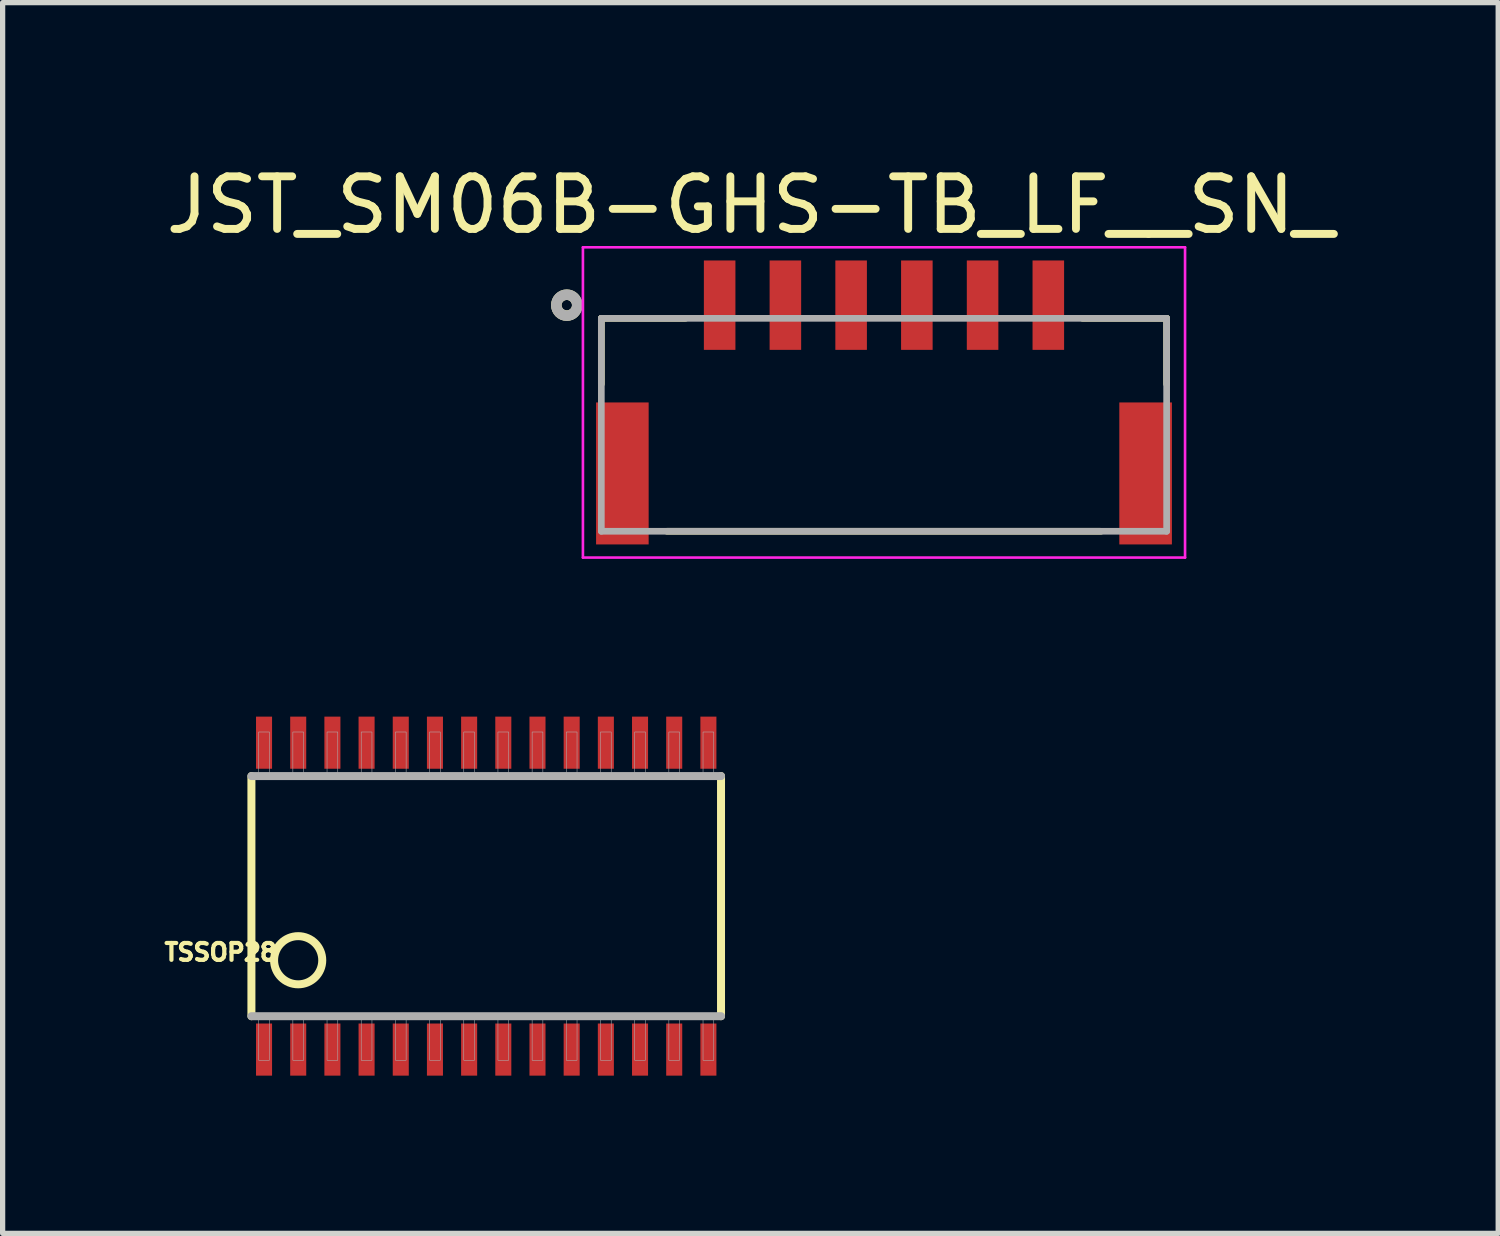
<source format=kicad_pcb>
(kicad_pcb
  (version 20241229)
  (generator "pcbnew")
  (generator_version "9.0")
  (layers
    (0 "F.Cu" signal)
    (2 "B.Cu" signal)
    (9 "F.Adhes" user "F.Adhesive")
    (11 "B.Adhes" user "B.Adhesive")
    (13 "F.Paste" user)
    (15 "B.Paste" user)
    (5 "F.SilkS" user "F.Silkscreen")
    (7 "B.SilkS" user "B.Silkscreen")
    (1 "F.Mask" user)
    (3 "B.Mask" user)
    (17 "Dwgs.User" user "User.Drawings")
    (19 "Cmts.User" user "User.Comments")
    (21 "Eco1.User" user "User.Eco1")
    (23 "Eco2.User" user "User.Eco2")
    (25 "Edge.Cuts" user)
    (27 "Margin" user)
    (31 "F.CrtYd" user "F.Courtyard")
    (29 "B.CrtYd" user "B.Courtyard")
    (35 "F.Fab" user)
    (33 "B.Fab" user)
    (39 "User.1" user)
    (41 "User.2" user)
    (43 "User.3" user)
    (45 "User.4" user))
  (footprint "JST_SM06B-GHS-TB_LF__SN_"
    (layer "F.Cu")
    (at 13.76 4.628)
    (property "Reference" "JST_SM06B-GHS-TB_LF__SN_" (at -2.54 -3.78 0) (layer "F.SilkS") (effects (font (size 1 1) (thickness 0.15))))
    (attr smd)
    (fp_line (start -5.375 -1.625) (end -5.375 -0.375) (stroke (width 0.127) (type solid)) (layer "F.SilkS"))
    (fp_line (start -5.375 -1.625) (end -3.775 -1.625) (stroke (width 0.127) (type solid)) (layer "F.SilkS"))
    (fp_line (start -4.125 2.425) (end 4.125 2.425) (stroke (width 0.127) (type solid)) (layer "F.SilkS"))
    (fp_line (start 5.375 -1.625) (end 3.775 -1.625) (stroke (width 0.127) (type solid)) (layer "F.SilkS"))
    (fp_line (start 5.375 -1.625) (end 5.375 -0.375) (stroke (width 0.127) (type solid)) (layer "F.SilkS"))
    (fp_circle (center -6.032 -1.875) (end -5.933 -1.875) (stroke (width 0.2) (type solid)) (fill no) (layer "F.SilkS"))
    (fp_line (start -5.725 -2.975) (end -5.725 2.925) (stroke (width 0.05) (type solid)) (layer "F.CrtYd"))
    (fp_line (start -5.725 2.925) (end 5.725 2.925) (stroke (width 0.05) (type solid)) (layer "F.CrtYd"))
    (fp_line (start 5.725 -2.975) (end -5.725 -2.975) (stroke (width 0.05) (type solid)) (layer "F.CrtYd"))
    (fp_line (start 5.725 2.925) (end 5.725 -2.975) (stroke (width 0.05) (type solid)) (layer "F.CrtYd"))
    (fp_line (start -5.375 -1.625) (end -5.375 2.425) (stroke (width 0.127) (type solid)) (layer "F.Fab"))
    (fp_line (start -5.375 2.425) (end 5.375 2.425) (stroke (width 0.127) (type solid)) (layer "F.Fab"))
    (fp_line (start 5.375 -1.625) (end -5.375 -1.625) (stroke (width 0.127) (type solid)) (layer "F.Fab"))
    (fp_line (start 5.375 2.425) (end 5.375 -1.625) (stroke (width 0.127) (type solid)) (layer "F.Fab"))
    (fp_circle (center -6.032 -1.875) (end -5.933 -1.875) (stroke (width 0.2) (type solid)) (fill no) (layer "F.Fab"))
    (pad "1" smd rect (at -3.125 -1.875) (size 0.6 1.7) (layers "F.Cu" "F.Mask" "F.Paste"))
    (pad "2" smd rect (at -1.875 -1.875) (size 0.6 1.7) (layers "F.Cu" "F.Mask" "F.Paste"))
    (pad "3" smd rect (at -0.625 -1.875) (size 0.6 1.7) (layers "F.Cu" "F.Mask" "F.Paste"))
    (pad "4" smd rect (at 0.625 -1.875) (size 0.6 1.7) (layers "F.Cu" "F.Mask" "F.Paste"))
    (pad "5" smd rect (at 1.875 -1.875) (size 0.6 1.7) (layers "F.Cu" "F.Mask" "F.Paste"))
    (pad "6" smd rect (at 3.125 -1.875) (size 0.6 1.7) (layers "F.Cu" "F.Mask" "F.Paste"))
    (pad "S1" smd rect (at -4.975 1.325) (size 1 2.7) (layers "F.Cu" "F.Mask" "F.Paste"))
    (pad "S2" smd rect (at 4.975 1.325) (size 1 2.7) (layers "F.Cu" "F.Mask" "F.Paste")))
  (footprint "TSSOP28"
    (layer "F.Cu")
    (at 6.196 13.991)
    (property "Reference" "TSSOP28" (at -5.049 1.067 180) (layer "F.SilkS") (effects (font (size 0.32 0.32) (thickness 0.15))))
    (attr smd)
    (fp_line (start -4.465 2.283) (end -4.465 -2.283) (stroke (width 0.152) (type solid)) (layer "F.SilkS"))
    (fp_line (start 4.465 -2.283) (end 4.465 2.283) (stroke (width 0.152) (type solid)) (layer "F.SilkS"))
    (fp_circle (center -3.576 1.219) (end -3.118 1.219) (stroke (width 0.152) (type solid)) (fill no) (layer "F.SilkS"))
    (fp_line (start -4.465 2.283) (end 4.465 2.283) (stroke (width 0.152) (type solid)) (layer "F.Fab"))
    (fp_line (start 4.465 -2.283) (end -4.465 -2.283) (stroke (width 0.152) (type solid)) (layer "F.Fab"))
    (fp_poly (pts (xy -4.327 -3.121) (xy -4.123 -3.121) (xy -4.123 -2.283) (xy -4.327 -2.283)) (stroke (width 0.01) (type solid)) (fill no) (layer "F.Fab"))
    (fp_poly (pts (xy -4.327 2.283) (xy -4.123 2.283) (xy -4.123 3.121) (xy -4.327 3.121)) (stroke (width 0.01) (type solid)) (fill no) (layer "F.Fab"))
    (fp_poly (pts (xy -3.677 -3.121) (xy -3.473 -3.121) (xy -3.473 -2.283) (xy -3.677 -2.283)) (stroke (width 0.01) (type solid)) (fill no) (layer "F.Fab"))
    (fp_poly (pts (xy -3.677 2.283) (xy -3.473 2.283) (xy -3.473 3.121) (xy -3.677 3.121)) (stroke (width 0.01) (type solid)) (fill no) (layer "F.Fab"))
    (fp_poly (pts (xy -3.027 -3.121) (xy -2.823 -3.121) (xy -2.823 -2.283) (xy -3.027 -2.283)) (stroke (width 0.01) (type solid)) (fill no) (layer "F.Fab"))
    (fp_poly (pts (xy -3.027 2.283) (xy -2.823 2.283) (xy -2.823 3.121) (xy -3.027 3.121)) (stroke (width 0.01) (type solid)) (fill no) (layer "F.Fab"))
    (fp_poly (pts (xy -2.377 -3.121) (xy -2.173 -3.121) (xy -2.173 -2.283) (xy -2.377 -2.283)) (stroke (width 0.01) (type solid)) (fill no) (layer "F.Fab"))
    (fp_poly (pts (xy -2.377 2.283) (xy -2.173 2.283) (xy -2.173 3.121) (xy -2.377 3.121)) (stroke (width 0.01) (type solid)) (fill no) (layer "F.Fab"))
    (fp_poly (pts (xy -1.727 -3.121) (xy -1.523 -3.121) (xy -1.523 -2.283) (xy -1.727 -2.283)) (stroke (width 0.01) (type solid)) (fill no) (layer "F.Fab"))
    (fp_poly (pts (xy -1.727 2.283) (xy -1.523 2.283) (xy -1.523 3.121) (xy -1.727 3.121)) (stroke (width 0.01) (type solid)) (fill no) (layer "F.Fab"))
    (fp_poly (pts (xy -1.077 -3.121) (xy -0.873 -3.121) (xy -0.873 -2.283) (xy -1.077 -2.283)) (stroke (width 0.01) (type solid)) (fill no) (layer "F.Fab"))
    (fp_poly (pts (xy -1.077 2.283) (xy -0.873 2.283) (xy -0.873 3.121) (xy -1.077 3.121)) (stroke (width 0.01) (type solid)) (fill no) (layer "F.Fab"))
    (fp_poly (pts (xy -0.427 -3.121) (xy -0.223 -3.121) (xy -0.223 -2.283) (xy -0.427 -2.283)) (stroke (width 0.01) (type solid)) (fill no) (layer "F.Fab"))
    (fp_poly (pts (xy -0.427 2.283) (xy -0.223 2.283) (xy -0.223 3.121) (xy -0.427 3.121)) (stroke (width 0.01) (type solid)) (fill no) (layer "F.Fab"))
    (fp_poly (pts (xy 0.223 -3.121) (xy 0.427 -3.121) (xy 0.427 -2.283) (xy 0.223 -2.283)) (stroke (width 0.01) (type solid)) (fill no) (layer "F.Fab"))
    (fp_poly (pts (xy 0.223 2.283) (xy 0.427 2.283) (xy 0.427 3.121) (xy 0.223 3.121)) (stroke (width 0.01) (type solid)) (fill no) (layer "F.Fab"))
    (fp_poly (pts (xy 0.873 -3.121) (xy 1.077 -3.121) (xy 1.077 -2.283) (xy 0.873 -2.283)) (stroke (width 0.01) (type solid)) (fill no) (layer "F.Fab"))
    (fp_poly (pts (xy 0.873 2.283) (xy 1.077 2.283) (xy 1.077 3.121) (xy 0.873 3.121)) (stroke (width 0.01) (type solid)) (fill no) (layer "F.Fab"))
    (fp_poly (pts (xy 1.523 -3.121) (xy 1.727 -3.121) (xy 1.727 -2.283) (xy 1.523 -2.283)) (stroke (width 0.01) (type solid)) (fill no) (layer "F.Fab"))
    (fp_poly (pts (xy 1.523 2.283) (xy 1.727 2.283) (xy 1.727 3.121) (xy 1.523 3.121)) (stroke (width 0.01) (type solid)) (fill no) (layer "F.Fab"))
    (fp_poly (pts (xy 2.173 -3.121) (xy 2.377 -3.121) (xy 2.377 -2.283) (xy 2.173 -2.283)) (stroke (width 0.01) (type solid)) (fill no) (layer "F.Fab"))
    (fp_poly (pts (xy 2.173 2.283) (xy 2.377 2.283) (xy 2.377 3.121) (xy 2.173 3.121)) (stroke (width 0.01) (type solid)) (fill no) (layer "F.Fab"))
    (fp_poly (pts (xy 2.823 -3.121) (xy 3.027 -3.121) (xy 3.027 -2.283) (xy 2.823 -2.283)) (stroke (width 0.01) (type solid)) (fill no) (layer "F.Fab"))
    (fp_poly (pts (xy 2.823 2.283) (xy 3.027 2.283) (xy 3.027 3.121) (xy 2.823 3.121)) (stroke (width 0.01) (type solid)) (fill no) (layer "F.Fab"))
    (fp_poly (pts (xy 3.473 -3.121) (xy 3.677 -3.121) (xy 3.677 -2.283) (xy 3.473 -2.283)) (stroke (width 0.01) (type solid)) (fill no) (layer "F.Fab"))
    (fp_poly (pts (xy 3.473 2.283) (xy 3.677 2.283) (xy 3.677 3.121) (xy 3.473 3.121)) (stroke (width 0.01) (type solid)) (fill no) (layer "F.Fab"))
    (fp_poly (pts (xy 4.123 -3.121) (xy 4.327 -3.121) (xy 4.327 -2.283) (xy 4.123 -2.283)) (stroke (width 0.01) (type solid)) (fill no) (layer "F.Fab"))
    (fp_poly (pts (xy 4.123 2.283) (xy 4.327 2.283) (xy 4.327 3.121) (xy 4.123 3.121)) (stroke (width 0.01) (type solid)) (fill no) (layer "F.Fab"))
    (pad "1" smd rect (at -4.225 2.918) (size 0.305 0.991) (layers "F.Cu" "F.Mask" "F.Paste"))
    (pad "2" smd rect (at -3.575 2.918) (size 0.305 0.991) (layers "F.Cu" "F.Mask" "F.Paste"))
    (pad "3" smd rect (at -2.925 2.918) (size 0.305 0.991) (layers "F.Cu" "F.Mask" "F.Paste"))
    (pad "4" smd rect (at -2.275 2.918) (size 0.305 0.991) (layers "F.Cu" "F.Mask" "F.Paste"))
    (pad "5" smd rect (at -1.625 2.918) (size 0.305 0.991) (layers "F.Cu" "F.Mask" "F.Paste"))
    (pad "6" smd rect (at -0.975 2.918) (size 0.305 0.991) (layers "F.Cu" "F.Mask" "F.Paste"))
    (pad "7" smd rect (at -0.325 2.918) (size 0.305 0.991) (layers "F.Cu" "F.Mask" "F.Paste"))
    (pad "8" smd rect (at 0.325 2.918) (size 0.305 0.991) (layers "F.Cu" "F.Mask" "F.Paste"))
    (pad "9" smd rect (at 0.975 2.918) (size 0.305 0.991) (layers "F.Cu" "F.Mask" "F.Paste"))
    (pad "10" smd rect (at 1.625 2.918) (size 0.305 0.991) (layers "F.Cu" "F.Mask" "F.Paste"))
    (pad "11" smd rect (at 2.275 2.918) (size 0.305 0.991) (layers "F.Cu" "F.Mask" "F.Paste"))
    (pad "12" smd rect (at 2.925 2.918) (size 0.305 0.991) (layers "F.Cu" "F.Mask" "F.Paste"))
    (pad "13" smd rect (at 3.575 2.918) (size 0.305 0.991) (layers "F.Cu" "F.Mask" "F.Paste"))
    (pad "14" smd rect (at 4.225 2.918) (size 0.305 0.991) (layers "F.Cu" "F.Mask" "F.Paste"))
    (pad "15" smd rect (at 4.225 -2.918) (size 0.305 0.991) (layers "F.Cu" "F.Mask" "F.Paste"))
    (pad "16" smd rect (at 3.575 -2.918) (size 0.305 0.991) (layers "F.Cu" "F.Mask" "F.Paste"))
    (pad "17" smd rect (at 2.925 -2.918) (size 0.305 0.991) (layers "F.Cu" "F.Mask" "F.Paste"))
    (pad "18" smd rect (at 2.275 -2.918) (size 0.305 0.991) (layers "F.Cu" "F.Mask" "F.Paste"))
    (pad "19" smd rect (at 1.625 -2.918) (size 0.305 0.991) (layers "F.Cu" "F.Mask" "F.Paste"))
    (pad "20" smd rect (at 0.975 -2.918) (size 0.305 0.991) (layers "F.Cu" "F.Mask" "F.Paste"))
    (pad "21" smd rect (at 0.325 -2.918) (size 0.305 0.991) (layers "F.Cu" "F.Mask" "F.Paste"))
    (pad "22" smd rect (at -0.325 -2.918) (size 0.305 0.991) (layers "F.Cu" "F.Mask" "F.Paste"))
    (pad "23" smd rect (at -0.975 -2.918) (size 0.305 0.991) (layers "F.Cu" "F.Mask" "F.Paste"))
    (pad "24" smd rect (at -1.625 -2.918) (size 0.305 0.991) (layers "F.Cu" "F.Mask" "F.Paste"))
    (pad "25" smd rect (at -2.275 -2.918) (size 0.305 0.991) (layers "F.Cu" "F.Mask" "F.Paste"))
    (pad "26" smd rect (at -2.925 -2.918) (size 0.305 0.991) (layers "F.Cu" "F.Mask" "F.Paste"))
    (pad "27" smd rect (at -3.575 -2.918) (size 0.305 0.991) (layers "F.Cu" "F.Mask" "F.Paste"))
    (pad "28" smd rect (at -4.225 -2.918) (size 0.305 0.991) (layers "F.Cu" "F.Mask" "F.Paste")))
  (gr_rect
    (start -3 -3)
    (end 25.44 20.404)
    (stroke (width 0.1) (type default))
    (fill no)
    (layer "Edge.Cuts")))
</source>
